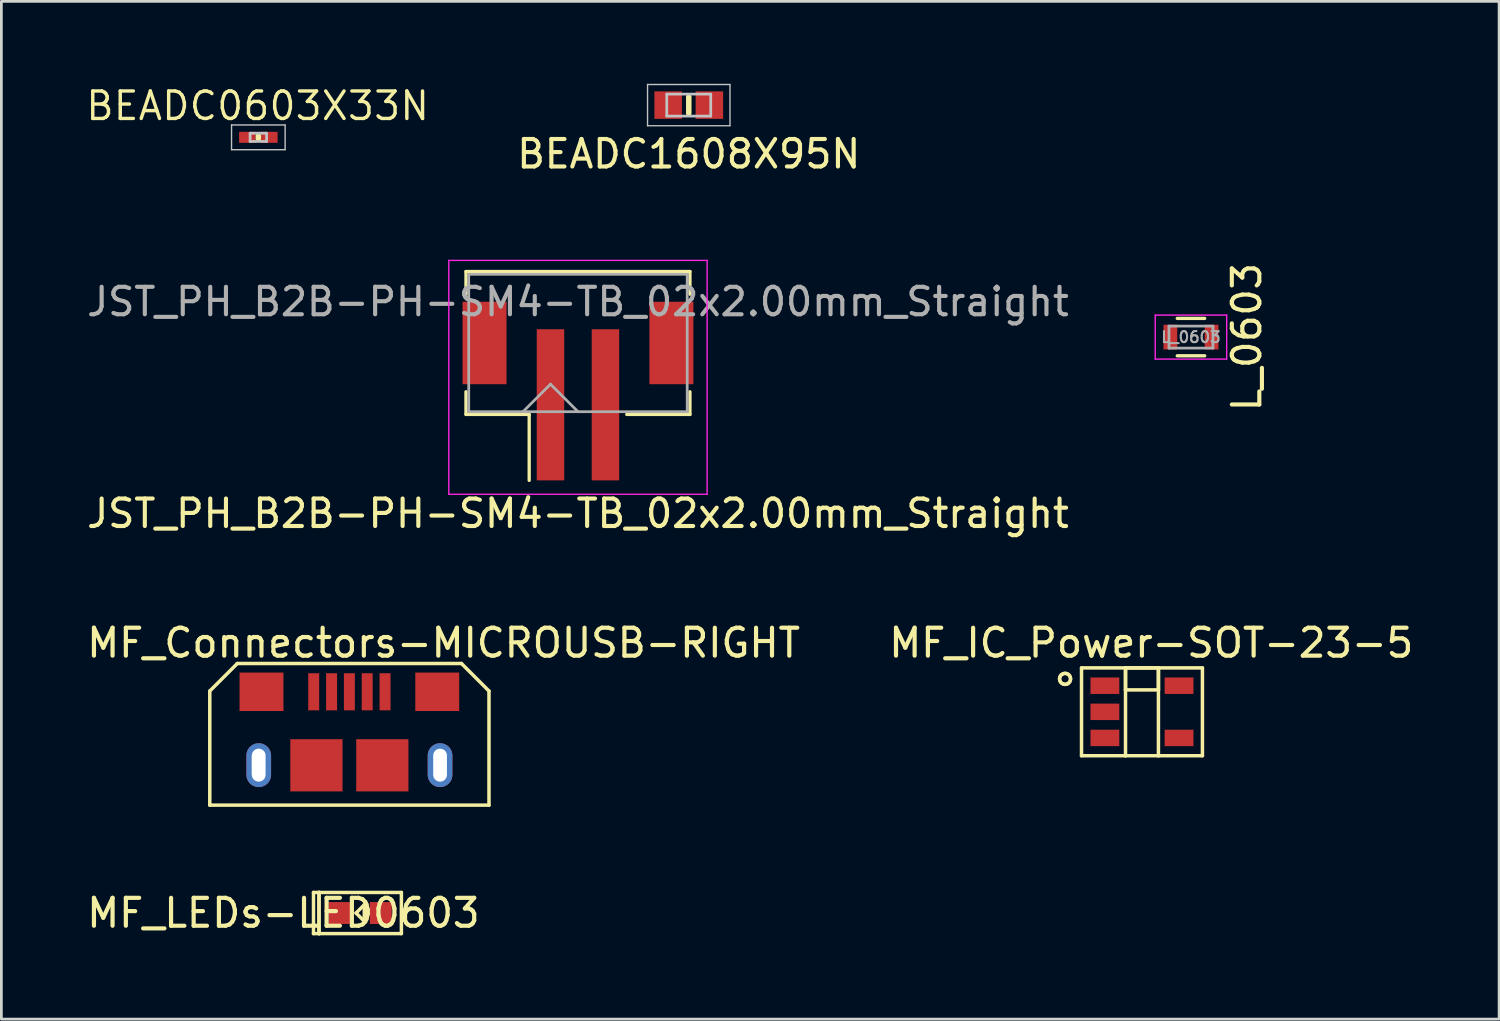
<source format=kicad_pcb>
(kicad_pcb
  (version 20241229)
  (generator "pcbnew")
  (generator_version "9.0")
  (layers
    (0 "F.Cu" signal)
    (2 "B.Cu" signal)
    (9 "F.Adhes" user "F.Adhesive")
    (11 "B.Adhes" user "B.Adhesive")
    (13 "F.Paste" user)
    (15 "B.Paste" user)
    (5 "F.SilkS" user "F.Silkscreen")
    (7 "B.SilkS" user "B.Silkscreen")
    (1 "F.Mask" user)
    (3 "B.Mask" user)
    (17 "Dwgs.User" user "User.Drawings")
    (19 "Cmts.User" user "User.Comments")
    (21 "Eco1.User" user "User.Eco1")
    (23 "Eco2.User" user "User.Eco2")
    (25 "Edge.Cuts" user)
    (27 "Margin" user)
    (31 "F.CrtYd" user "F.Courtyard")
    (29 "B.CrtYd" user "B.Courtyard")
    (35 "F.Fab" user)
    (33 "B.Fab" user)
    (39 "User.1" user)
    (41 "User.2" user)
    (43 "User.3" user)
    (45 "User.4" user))
  (footprint "JST_PH_B2B-PH-SM4-TB_02x2.00mm_Straight"
    (layer "F.Cu")
    (at 17.982 10.556)
    (property "Reference" "JST_PH_B2B-PH-SM4-TB_02x2.00mm_Straight" (at 0 5.08 0) (layer "F.SilkS") (effects (font (size 1 1) (thickness 0.15))))
    (attr smd)
    (fp_line (start -4.075 -3.725) (end 4.075 -3.725) (stroke (width 0.12) (type solid)) (layer "F.SilkS"))
    (fp_line (start -4.075 -2.9) (end -4.075 -3.725) (stroke (width 0.12) (type solid)) (layer "F.SilkS"))
    (fp_line (start -4.075 0.65) (end -4.075 1.475) (stroke (width 0.12) (type solid)) (layer "F.SilkS"))
    (fp_line (start -4.075 1.475) (end -1.775 1.475) (stroke (width 0.12) (type solid)) (layer "F.SilkS"))
    (fp_line (start -1.775 1.475) (end -1.775 3.875) (stroke (width 0.12) (type solid)) (layer "F.SilkS"))
    (fp_line (start 4.075 -3.725) (end 4.075 -2.9) (stroke (width 0.12) (type solid)) (layer "F.SilkS"))
    (fp_line (start 4.075 0.65) (end 4.075 1.475) (stroke (width 0.12) (type solid)) (layer "F.SilkS"))
    (fp_line (start 4.075 1.475) (end 1.775 1.475) (stroke (width 0.12) (type solid)) (layer "F.SilkS"))
    (fp_line (start -4.7 -4.13) (end -4.7 4.38) (stroke (width 0.05) (type solid)) (layer "F.CrtYd"))
    (fp_line (start -4.7 4.38) (end 4.7 4.38) (stroke (width 0.05) (type solid)) (layer "F.CrtYd"))
    (fp_line (start 4.7 -4.13) (end -4.7 -4.13) (stroke (width 0.05) (type solid)) (layer "F.CrtYd"))
    (fp_line (start 4.7 4.38) (end 4.7 -4.13) (stroke (width 0.05) (type solid)) (layer "F.CrtYd"))
    (fp_line (start -3.975 -3.625) (end -3.975 1.375) (stroke (width 0.1) (type solid)) (layer "F.Fab"))
    (fp_line (start -3.975 1.375) (end 3.975 1.375) (stroke (width 0.1) (type solid)) (layer "F.Fab"))
    (fp_line (start -2 1.375) (end -1 0.375) (stroke (width 0.1) (type solid)) (layer "F.Fab"))
    (fp_line (start -1 0.375) (end 0 1.375) (stroke (width 0.1) (type solid)) (layer "F.Fab"))
    (fp_line (start 3.975 -3.625) (end -3.975 -3.625) (stroke (width 0.1) (type solid)) (layer "F.Fab"))
    (fp_line (start 3.975 1.375) (end 3.975 -3.625) (stroke (width 0.1) (type solid)) (layer "F.Fab"))
    (fp_text user "${REFERENCE}" (at 0 -2.625 0) (layer "F.Fab") (effects (font (size 1 1) (thickness 0.15))))
    (pad "" smd rect (at -3.4 -1.125) (size 1.6 3) (layers "F.Cu" "F.Mask" "F.Paste"))
    (pad "" smd rect (at 3.4 -1.125) (size 1.6 3) (layers "F.Cu" "F.Mask" "F.Paste"))
    (pad "1" smd rect (at -1 1.125) (size 1 5.5) (layers "F.Cu" "F.Mask" "F.Paste"))
    (pad "2" smd rect (at 1 1.125) (size 1 5.5) (layers "F.Cu" "F.Mask" "F.Paste")))
  (footprint "MF_IC_Power-SOT-23-5"
    (layer "F.Cu")
    (at 38.506 22.853)
    (property "Reference" "MF_IC_Power-SOT-23-5" (at 0.338 -2.507 180) (layer "F.SilkS") (effects (font (size 1.016 1.016) (thickness 0.152))))
    (attr smd)
    (fp_line (start -3 -1.199) (end -2.992 -1.25) (stroke (width 0.127) (type solid)) (layer "F.SilkS"))
    (fp_line (start -2.992 -1.25) (end -2.972 -1.298) (stroke (width 0.127) (type solid)) (layer "F.SilkS"))
    (fp_line (start -2.992 -1.148) (end -3 -1.199) (stroke (width 0.127) (type solid)) (layer "F.SilkS"))
    (fp_line (start -2.972 -1.298) (end -2.941 -1.341) (stroke (width 0.127) (type solid)) (layer "F.SilkS"))
    (fp_line (start -2.972 -1.1) (end -2.992 -1.148) (stroke (width 0.127) (type solid)) (layer "F.SilkS"))
    (fp_line (start -2.941 -1.341) (end -2.898 -1.372) (stroke (width 0.127) (type solid)) (layer "F.SilkS"))
    (fp_line (start -2.941 -1.057) (end -2.972 -1.1) (stroke (width 0.127) (type solid)) (layer "F.SilkS"))
    (fp_line (start -2.898 -1.372) (end -2.85 -1.392) (stroke (width 0.127) (type solid)) (layer "F.SilkS"))
    (fp_line (start -2.898 -1.026) (end -2.941 -1.057) (stroke (width 0.127) (type solid)) (layer "F.SilkS"))
    (fp_line (start -2.85 -1.392) (end -2.799 -1.4) (stroke (width 0.127) (type solid)) (layer "F.SilkS"))
    (fp_line (start -2.85 -1.006) (end -2.898 -1.026) (stroke (width 0.127) (type solid)) (layer "F.SilkS"))
    (fp_line (start -2.799 -1.4) (end -2.746 -1.392) (stroke (width 0.127) (type solid)) (layer "F.SilkS"))
    (fp_line (start -2.799 -0.998) (end -2.85 -1.006) (stroke (width 0.127) (type solid)) (layer "F.SilkS"))
    (fp_line (start -2.746 -1.392) (end -2.697 -1.372) (stroke (width 0.127) (type solid)) (layer "F.SilkS"))
    (fp_line (start -2.746 -1.006) (end -2.799 -0.998) (stroke (width 0.127) (type solid)) (layer "F.SilkS"))
    (fp_line (start -2.697 -1.372) (end -2.657 -1.341) (stroke (width 0.127) (type solid)) (layer "F.SilkS"))
    (fp_line (start -2.697 -1.026) (end -2.746 -1.006) (stroke (width 0.127) (type solid)) (layer "F.SilkS"))
    (fp_line (start -2.657 -1.341) (end -2.626 -1.298) (stroke (width 0.127) (type solid)) (layer "F.SilkS"))
    (fp_line (start -2.657 -1.057) (end -2.697 -1.026) (stroke (width 0.127) (type solid)) (layer "F.SilkS"))
    (fp_line (start -2.626 -1.298) (end -2.606 -1.25) (stroke (width 0.127) (type solid)) (layer "F.SilkS"))
    (fp_line (start -2.626 -1.1) (end -2.657 -1.057) (stroke (width 0.127) (type solid)) (layer "F.SilkS"))
    (fp_line (start -2.606 -1.25) (end -2.598 -1.199) (stroke (width 0.127) (type solid)) (layer "F.SilkS"))
    (fp_line (start -2.606 -1.148) (end -2.626 -1.1) (stroke (width 0.127) (type solid)) (layer "F.SilkS"))
    (fp_line (start -2.598 -1.199) (end -2.606 -1.148) (stroke (width 0.127) (type solid)) (layer "F.SilkS"))
    (fp_line (start -2.2 -1.598) (end -0.599 -1.598) (stroke (width 0.127) (type solid)) (layer "F.SilkS"))
    (fp_line (start -2.2 1.598) (end -2.2 -1.598) (stroke (width 0.127) (type solid)) (layer "F.SilkS"))
    (fp_line (start -0.599 -1.598) (end -0.599 -0.798) (stroke (width 0.127) (type solid)) (layer "F.SilkS"))
    (fp_line (start -0.599 -1.598) (end -0.599 1.598) (stroke (width 0.127) (type solid)) (layer "F.SilkS"))
    (fp_line (start -0.599 -1.598) (end 0.599 -1.598) (stroke (width 0.127) (type solid)) (layer "F.SilkS"))
    (fp_line (start -0.599 -0.798) (end 0.599 -0.798) (stroke (width 0.127) (type solid)) (layer "F.SilkS"))
    (fp_line (start -0.599 1.598) (end -2.2 1.598) (stroke (width 0.127) (type solid)) (layer "F.SilkS"))
    (fp_line (start 0.599 -1.598) (end -0.599 -1.598) (stroke (width 0.127) (type solid)) (layer "F.SilkS"))
    (fp_line (start 0.599 -1.598) (end 0.599 1.598) (stroke (width 0.127) (type solid)) (layer "F.SilkS"))
    (fp_line (start 0.599 -1.598) (end 2.2 -1.598) (stroke (width 0.127) (type solid)) (layer "F.SilkS"))
    (fp_line (start 0.599 -0.798) (end 0.599 -1.598) (stroke (width 0.127) (type solid)) (layer "F.SilkS"))
    (fp_line (start 0.599 1.598) (end -0.599 1.598) (stroke (width 0.127) (type solid)) (layer "F.SilkS"))
    (fp_line (start 2.2 -1.598) (end 2.2 1.598) (stroke (width 0.127) (type solid)) (layer "F.SilkS"))
    (fp_line (start 2.2 1.598) (end 0.599 1.598) (stroke (width 0.127) (type solid)) (layer "F.SilkS"))
    (pad "1" smd rect (at -1.349 -0.95) (size 1.049 0.599) (layers "F.Cu" "F.Mask" "F.Paste"))
    (pad "2" smd rect (at -1.349 0) (size 1.049 0.599) (layers "F.Cu" "F.Mask" "F.Paste"))
    (pad "3" smd rect (at -1.349 0.95) (size 1.049 0.599) (layers "F.Cu" "F.Mask" "F.Paste"))
    (pad "4" smd rect (at 1.349 0.95) (size 1.049 0.599) (layers "F.Cu" "F.Mask" "F.Paste"))
    (pad "5" smd rect (at 1.349 -0.95) (size 1.049 0.599) (layers "F.Cu" "F.Mask" "F.Paste")))
  (footprint "L_0603"
    (layer "F.Cu")
    (at 40.289 9.217)
    (property "Reference" "L_0603" (at 2.032 0 270) (layer "F.SilkS") (effects (font (size 1 1) (thickness 0.15))))
    (attr smd)
    (fp_line (start -0.5 -0.68) (end 0.5 -0.68) (stroke (width 0.12) (type solid)) (layer "F.SilkS"))
    (fp_line (start 0.5 0.68) (end -0.5 0.68) (stroke (width 0.12) (type solid)) (layer "F.SilkS"))
    (fp_line (start -1.3 -0.8) (end -1.3 0.8) (stroke (width 0.05) (type solid)) (layer "F.CrtYd"))
    (fp_line (start -1.3 -0.8) (end 1.3 -0.8) (stroke (width 0.05) (type solid)) (layer "F.CrtYd"))
    (fp_line (start -1.3 0.8) (end 1.3 0.8) (stroke (width 0.05) (type solid)) (layer "F.CrtYd"))
    (fp_line (start 1.3 -0.8) (end 1.3 0.8) (stroke (width 0.05) (type solid)) (layer "F.CrtYd"))
    (fp_line (start -0.8 -0.4) (end 0.8 -0.4) (stroke (width 0.1) (type solid)) (layer "F.Fab"))
    (fp_line (start -0.8 0.4) (end -0.8 -0.4) (stroke (width 0.1) (type solid)) (layer "F.Fab"))
    (fp_line (start 0.8 -0.4) (end 0.8 0.4) (stroke (width 0.1) (type solid)) (layer "F.Fab"))
    (fp_line (start 0.8 0.4) (end -0.8 0.4) (stroke (width 0.1) (type solid)) (layer "F.Fab"))
    (fp_text user "${REFERENCE}" (at 0 0 180) (layer "F.Fab") (effects (font (size 0.4 0.4) (thickness 0.075))))
    (pad "1" smd rect (at -0.75 0) (size 0.5 0.9) (layers "F.Cu" "F.Mask" "F.Paste"))
    (pad "2" smd rect (at 0.75 0) (size 0.5 0.9) (layers "F.Cu" "F.Mask" "F.Paste")))
  (footprint "BEADC1608X95N"
    (layer "F.Cu")
    (at 22.014 0.775)
    (property "Reference" "BEADC1608X95N" (at 0 1.778 0) (layer "F.SilkS") (effects (font (size 1 1) (thickness 0.15))))
    (attr smd)
    (fp_line (start 0 -0.3) (end 0 0.3) (stroke (width 0.2) (type solid)) (layer "F.SilkS"))
    (fp_line (start -1.5 -0.75) (end 1.5 -0.75) (stroke (width 0.05) (type solid)) (layer "Dwgs.User"))
    (fp_line (start -1.5 0.75) (end -1.5 -0.75) (stroke (width 0.05) (type solid)) (layer "Dwgs.User"))
    (fp_line (start -0.8 -0.4) (end 0.8 -0.4) (stroke (width 0.1) (type solid)) (layer "Dwgs.User"))
    (fp_line (start -0.8 0.4) (end -0.8 -0.4) (stroke (width 0.1) (type solid)) (layer "Dwgs.User"))
    (fp_line (start 0.8 -0.4) (end 0.8 0.4) (stroke (width 0.1) (type solid)) (layer "Dwgs.User"))
    (fp_line (start 0.8 0.4) (end -0.8 0.4) (stroke (width 0.1) (type solid)) (layer "Dwgs.User"))
    (fp_line (start 1.5 -0.75) (end 1.5 0.75) (stroke (width 0.05) (type solid)) (layer "Dwgs.User"))
    (fp_line (start 1.5 0.75) (end -1.5 0.75) (stroke (width 0.05) (type solid)) (layer "Dwgs.User"))
    (pad "1" smd rect (at -0.75 0 90) (size 1 1) (layers "F.Cu" "F.Mask" "F.Paste"))
    (pad "2" smd rect (at 0.75 0 90) (size 1 1) (layers "F.Cu" "F.Mask" "F.Paste")))
  (footprint "MF_Connectors-MICROUSB-RIGHT"
    (layer "F.Cu")
    (at 9.664 23.394)
    (property "Reference" "MF_Connectors-MICROUSB-RIGHT" (at 3.429 -3.048 180) (layer "F.SilkS") (effects (font (size 1.016 1.016) (thickness 0.152))))
    (attr smd)
    (fp_line (start -5.08 -1.298) (end -4.079 -2.299) (stroke (width 0.127) (type solid)) (layer "F.SilkS"))
    (fp_line (start -5.08 2.855) (end -5.08 -1.298) (stroke (width 0.127) (type solid)) (layer "F.SilkS"))
    (fp_line (start -5.08 2.855) (end 5.08 2.855) (stroke (width 0.127) (type solid)) (layer "F.SilkS"))
    (fp_line (start -4.079 -2.299) (end 4.079 -2.299) (stroke (width 0.127) (type solid)) (layer "F.SilkS"))
    (fp_line (start -3.548 1.049) (end -3.548 1.748) (stroke (width 0.008) (type solid)) (layer "F.SilkS"))
    (fp_line (start 4.079 -2.299) (end 5.08 -1.298) (stroke (width 0.127) (type solid)) (layer "F.SilkS"))
    (fp_line (start 5.08 -1.298) (end 5.08 2.855) (stroke (width 0.127) (type solid)) (layer "F.SilkS"))
    (pad "1" smd rect (at -1.298 -1.27 180) (size 0.399 1.349) (layers "F.Cu" "F.Mask" "F.Paste"))
    (pad "2" smd rect (at -0.648 -1.27 180) (size 0.399 1.349) (layers "F.Cu" "F.Mask" "F.Paste"))
    (pad "3" smd rect (at 0 -1.27 180) (size 0.399 1.349) (layers "F.Cu" "F.Mask" "F.Paste"))
    (pad "4" smd rect (at 0.648 -1.27 180) (size 0.399 1.349) (layers "F.Cu" "F.Mask" "F.Paste"))
    (pad "5" smd rect (at 1.298 -1.27 180) (size 0.399 1.349) (layers "F.Cu" "F.Mask" "F.Paste"))
    (pad "S1" smd oval (at -3.299 1.4 180) (size 0.899 1.598) (layers "F.Cu" "F.Mask" "F.Paste"))
    (pad "S2" smd oval (at 3.299 1.4 180) (size 0.899 1.598) (layers "F.Cu" "F.Mask" "F.Paste"))
    (pad "S3" smd rect (at -3.198 -1.27 90) (size 1.4 1.598) (layers "F.Cu" "F.Mask" "F.Paste"))
    (pad "S4" smd rect (at 3.198 -1.27 90) (size 1.4 1.598) (layers "F.Cu" "F.Mask" "F.Paste"))
    (pad "S5" smd rect (at -1.199 1.405) (size 1.9 1.9) (layers "F.Cu" "F.Mask" "F.Paste"))
    (pad "S6" smd rect (at 1.199 1.405) (size 1.9 1.9) (layers "F.Cu" "F.Mask" "F.Paste"))
    (pad "S7" smd oval (at -3.299 1.4 180) (size 0.899 1.598) (layers "B.Cu" "B.Mask"))
    (pad "S8" smd oval (at 3.299 1.4 180) (size 0.899 1.598) (layers "B.Cu" "B.Mask"))
    (pad "SLOT" thru_hole oval (at -3.3 1.4) (size 0.5 1.2) (drill oval 0.5 1.2) (layers "*.Cu" "*.Mask"))
    (pad "SLOT" thru_hole oval (at 3.3 1.4) (size 0.5 1.2) (drill oval 0.5 1.2) (layers "*.Cu" "*.Mask")))
  (footprint "BEADC0603X33N"
    (layer "F.Cu")
    (at 6.351 1.947)
    (property "Reference" "BEADC0603X33N" (at -0.025 -1.143 0) (layer "F.SilkS") (effects (font (size 1 1) (thickness 0.125))))
    (attr smd)
    (fp_line (start 0 -0.05) (end 0 0.05) (stroke (width 0.2) (type solid)) (layer "F.SilkS"))
    (fp_line (start -0.975 -0.45) (end 0.975 -0.45) (stroke (width 0.05) (type solid)) (layer "Dwgs.User"))
    (fp_line (start -0.975 0.45) (end -0.975 -0.45) (stroke (width 0.05) (type solid)) (layer "Dwgs.User"))
    (fp_line (start -0.3 -0.15) (end 0.3 -0.15) (stroke (width 0.1) (type solid)) (layer "Dwgs.User"))
    (fp_line (start -0.3 0.15) (end -0.3 -0.15) (stroke (width 0.1) (type solid)) (layer "Dwgs.User"))
    (fp_line (start 0.3 -0.15) (end 0.3 0.15) (stroke (width 0.1) (type solid)) (layer "Dwgs.User"))
    (fp_line (start 0.3 0.15) (end -0.3 0.15) (stroke (width 0.1) (type solid)) (layer "Dwgs.User"))
    (fp_line (start 0.975 -0.45) (end 0.975 0.45) (stroke (width 0.05) (type solid)) (layer "Dwgs.User"))
    (fp_line (start 0.975 0.45) (end -0.975 0.45) (stroke (width 0.05) (type solid)) (layer "Dwgs.User"))
    (pad "1" smd rect (at -0.4 0 90) (size 0.4 0.6) (layers "F.Cu" "F.Mask" "F.Paste"))
    (pad "2" smd rect (at 0.4 0 90) (size 0.4 0.6) (layers "F.Cu" "F.Mask" "F.Paste")))
  (footprint "MF_LEDs-LED0603"
    (layer "F.Cu")
    (at 10.057 30.175)
    (property "Reference" "MF_LEDs-LED0603" (at -2.794 0 0) (layer "F.SilkS") (effects (font (size 1.016 1.016) (thickness 0.152))))
    (attr smd)
    (fp_line (start -1.699 -0.749) (end -1.699 0.749) (stroke (width 0.127) (type solid)) (layer "F.SilkS"))
    (fp_line (start -1.699 0.749) (end -1.499 0.749) (stroke (width 0.127) (type solid)) (layer "F.SilkS"))
    (fp_line (start -1.499 -0.749) (end -1.699 -0.749) (stroke (width 0.127) (type solid)) (layer "F.SilkS"))
    (fp_line (start -1.499 -0.749) (end -1.499 0.749) (stroke (width 0.127) (type solid)) (layer "F.SilkS"))
    (fp_line (start -1.499 0.749) (end -1.499 -0.749) (stroke (width 0.127) (type solid)) (layer "F.SilkS"))
    (fp_line (start -1.499 0.749) (end 1.499 0.749) (stroke (width 0.127) (type solid)) (layer "F.SilkS"))
    (fp_line (start -0.15 0) (end 0.15 -0.3) (stroke (width 0.127) (type solid)) (layer "F.SilkS"))
    (fp_line (start 0.15 -0.3) (end 0.15 0.3) (stroke (width 0.127) (type solid)) (layer "F.SilkS"))
    (fp_line (start 0.15 0.3) (end -0.15 0) (stroke (width 0.127) (type solid)) (layer "F.SilkS"))
    (fp_line (start 1.499 -0.749) (end -1.499 -0.749) (stroke (width 0.127) (type solid)) (layer "F.SilkS"))
    (fp_line (start 1.499 0.749) (end 1.499 -0.749) (stroke (width 0.127) (type solid)) (layer "F.SilkS"))
    (pad "ANOD" smd rect (at 0.749 0) (size 0.798 0.798) (layers "F.Cu" "F.Mask" "F.Paste"))
    (pad "CATH" smd rect (at -0.749 0) (size 0.798 0.798) (layers "F.Cu" "F.Mask" "F.Paste")))
  (gr_rect
    (start -3 -3)
    (end 51.502 34.036)
    (stroke (width 0.1) (type default))
    (fill no)
    (layer "Edge.Cuts")))
</source>
